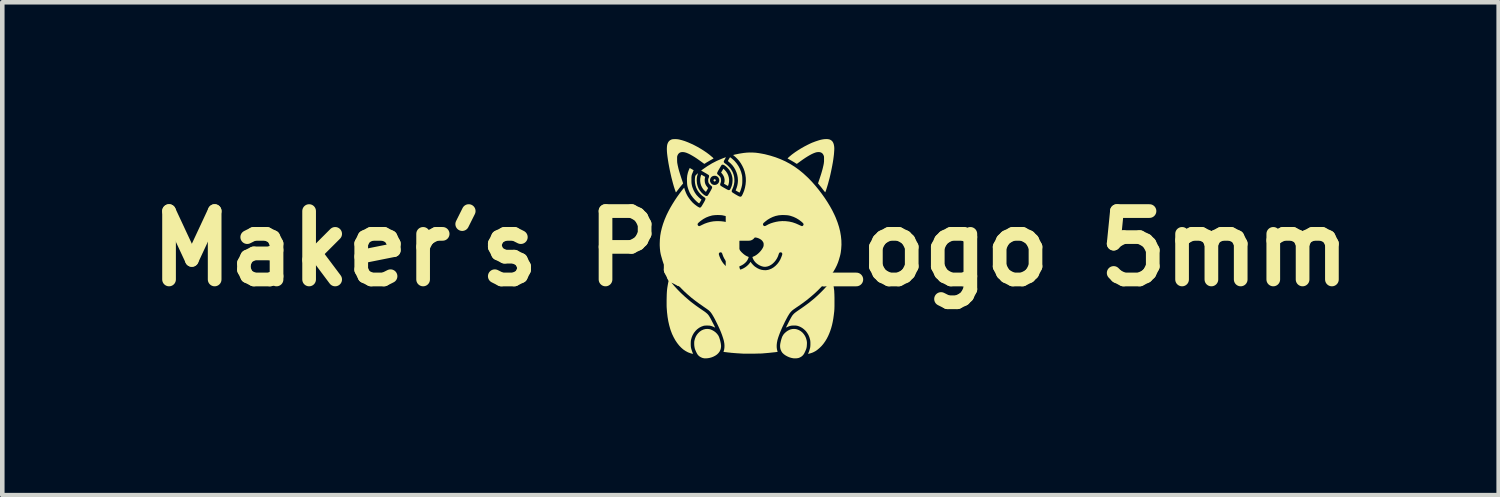
<source format=kicad_pcb>
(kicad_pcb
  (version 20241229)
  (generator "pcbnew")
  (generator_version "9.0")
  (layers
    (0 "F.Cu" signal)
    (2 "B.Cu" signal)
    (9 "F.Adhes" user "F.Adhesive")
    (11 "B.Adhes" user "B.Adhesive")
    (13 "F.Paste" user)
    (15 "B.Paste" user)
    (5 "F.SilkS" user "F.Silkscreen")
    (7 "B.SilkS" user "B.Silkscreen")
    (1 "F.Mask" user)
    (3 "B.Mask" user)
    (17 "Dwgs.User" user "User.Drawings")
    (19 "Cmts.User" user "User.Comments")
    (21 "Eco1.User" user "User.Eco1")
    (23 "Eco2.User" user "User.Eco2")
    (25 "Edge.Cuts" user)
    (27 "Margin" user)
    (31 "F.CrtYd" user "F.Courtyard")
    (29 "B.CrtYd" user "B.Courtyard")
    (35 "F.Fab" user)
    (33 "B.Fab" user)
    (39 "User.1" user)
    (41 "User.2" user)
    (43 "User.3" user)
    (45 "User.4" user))
  (footprint "Maker's Pet Logo 5mm"
    (layer "F.Cu")
    (at 13.407 2.4)
    (property "Reference" "Maker's Pet Logo 5mm" (at 0 0 0) (layer "F.SilkS") (effects (font (size 1.5 1.5) (thickness 0.3))))
    (attr board_only exclude_from_pos_files exclude_from_bom)
    (fp_poly (pts (xy -0.779 -1.519) (xy -0.768 -1.512) (xy -0.761 -1.502) (xy -0.76 -1.493) (xy -0.765 -1.483) (xy -0.767 -1.481) (xy -0.777 -1.472) (xy -0.79 -1.471) (xy -0.801 -1.475) (xy -0.804 -1.478) (xy -0.81 -1.49) (xy -0.81 -1.502) (xy -0.803 -1.513) (xy -0.802 -1.514) (xy -0.79 -1.521)) (stroke (width 0) (type solid)) (fill yes) (layer "F.SilkS"))
    (fp_poly (pts (xy -0.568 -1.726) (xy -0.536 -1.69) (xy -0.509 -1.649) (xy -0.489 -1.606) (xy -0.476 -1.561) (xy -0.469 -1.514) (xy -0.47 -1.467) (xy -0.472 -1.451) (xy -0.475 -1.435) (xy -0.479 -1.417) (xy -0.483 -1.401) (xy -0.488 -1.387) (xy -0.491 -1.377) (xy -0.494 -1.372) (xy -0.494 -1.372) (xy -0.499 -1.374) (xy -0.508 -1.379) (xy -0.522 -1.387) (xy -0.538 -1.396) (xy -0.539 -1.397) (xy -0.581 -1.421) (xy -0.575 -1.438) (xy -0.568 -1.476) (xy -0.568 -1.514) (xy -0.575 -1.552) (xy -0.589 -1.589) (xy -0.61 -1.624) (xy -0.622 -1.64) (xy -0.644 -1.666) (xy -0.619 -1.708) (xy -0.594 -1.751)) (stroke (width 0) (type solid)) (fill yes) (layer "F.SilkS"))
    (fp_poly (pts (xy -1.076 -1.618) (xy -1.066 -1.613) (xy -1.053 -1.606) (xy -1.037 -1.597) (xy -1.035 -1.595) (xy -0.992 -1.571) (xy -0.998 -1.553) (xy -1 -1.541) (xy -1.002 -1.524) (xy -1.004 -1.505) (xy -1.004 -1.498) (xy -1.001 -1.456) (xy -0.991 -1.418) (xy -0.973 -1.382) (xy -0.948 -1.349) (xy -0.946 -1.346) (xy -0.928 -1.326) (xy -0.951 -1.286) (xy -0.96 -1.27) (xy -0.968 -1.257) (xy -0.973 -1.248) (xy -0.976 -1.244) (xy -0.98 -1.245) (xy -0.988 -1.251) (xy -0.998 -1.26) (xy -1.005 -1.266) (xy -1.038 -1.303) (xy -1.064 -1.344) (xy -1.084 -1.387) (xy -1.097 -1.433) (xy -1.103 -1.481) (xy -1.102 -1.529) (xy -1.101 -1.534) (xy -1.099 -1.55) (xy -1.095 -1.567) (xy -1.091 -1.585) (xy -1.086 -1.6) (xy -1.082 -1.612) (xy -1.079 -1.619) (xy -1.079 -1.619)) (stroke (width 0) (type solid)) (fill yes) (layer "F.SilkS"))
    (fp_poly (pts (xy -0.909 1.766) (xy -0.881 1.772) (xy -0.84 1.789) (xy -0.801 1.811) (xy -0.765 1.838) (xy -0.734 1.869) (xy -0.708 1.903) (xy -0.696 1.925) (xy -0.686 1.949) (xy -0.676 1.98) (xy -0.666 2.013) (xy -0.658 2.048) (xy -0.651 2.082) (xy -0.647 2.113) (xy -0.645 2.139) (xy -0.645 2.141) (xy -0.649 2.183) (xy -0.66 2.223) (xy -0.678 2.26) (xy -0.703 2.293) (xy -0.735 2.324) (xy -0.773 2.35) (xy -0.818 2.373) (xy -0.818 2.373) (xy -0.855 2.387) (xy -0.895 2.398) (xy -0.935 2.405) (xy -0.974 2.408) (xy -1.009 2.408) (xy -1.022 2.406) (xy -1.056 2.398) (xy -1.088 2.384) (xy -1.118 2.366) (xy -1.142 2.345) (xy -1.153 2.333) (xy -1.165 2.316) (xy -1.178 2.293) (xy -1.191 2.267) (xy -1.203 2.24) (xy -1.214 2.214) (xy -1.221 2.192) (xy -1.227 2.164) (xy -1.232 2.131) (xy -1.234 2.097) (xy -1.234 2.063) (xy -1.232 2.034) (xy -1.231 2.027) (xy -1.218 1.978) (xy -1.2 1.932) (xy -1.176 1.891) (xy -1.146 1.854) (xy -1.112 1.822) (xy -1.074 1.796) (xy -1.032 1.777) (xy -1.018 1.773) (xy -0.984 1.765) (xy -0.946 1.763)) (stroke (width 0) (type solid)) (fill yes) (layer "F.SilkS"))
    (fp_poly (pts (xy 0.993 1.766) (xy 1.022 1.773) (xy 1.065 1.79) (xy 1.104 1.813) (xy 1.14 1.843) (xy 1.171 1.879) (xy 1.197 1.919) (xy 1.217 1.963) (xy 1.231 2.011) (xy 1.234 2.027) (xy 1.238 2.055) (xy 1.238 2.088) (xy 1.236 2.122) (xy 1.233 2.156) (xy 1.227 2.185) (xy 1.225 2.192) (xy 1.214 2.223) (xy 1.2 2.256) (xy 1.184 2.289) (xy 1.168 2.317) (xy 1.164 2.323) (xy 1.141 2.35) (xy 1.112 2.373) (xy 1.078 2.391) (xy 1.054 2.4) (xy 1.034 2.404) (xy 1.01 2.407) (xy 0.983 2.408) (xy 0.957 2.408) (xy 0.935 2.406) (xy 0.891 2.397) (xy 0.847 2.383) (xy 0.805 2.364) (xy 0.766 2.342) (xy 0.731 2.317) (xy 0.703 2.29) (xy 0.698 2.285) (xy 0.678 2.254) (xy 0.662 2.219) (xy 0.652 2.18) (xy 0.649 2.141) (xy 0.649 2.141) (xy 0.65 2.115) (xy 0.654 2.084) (xy 0.661 2.051) (xy 0.669 2.016) (xy 0.679 1.982) (xy 0.689 1.952) (xy 0.699 1.926) (xy 0.7 1.925) (xy 0.721 1.889) (xy 0.749 1.856) (xy 0.782 1.827) (xy 0.819 1.801) (xy 0.859 1.781) (xy 0.885 1.772) (xy 0.919 1.765) (xy 0.956 1.763)) (stroke (width 0) (type solid)) (fill yes) (layer "F.SilkS"))
    (fp_poly (pts (xy -0.442 -1.998) (xy -0.431 -1.991) (xy -0.418 -1.981) (xy -0.402 -1.968) (xy -0.385 -1.953) (xy -0.368 -1.938) (xy -0.352 -1.923) (xy -0.345 -1.915) (xy -0.301 -1.863) (xy -0.263 -1.807) (xy -0.231 -1.746) (xy -0.206 -1.681) (xy -0.188 -1.614) (xy -0.183 -1.586) (xy -0.18 -1.553) (xy -0.179 -1.516) (xy -0.179 -1.478) (xy -0.18 -1.441) (xy -0.183 -1.407) (xy -0.188 -1.379) (xy -0.188 -1.378) (xy -0.194 -1.354) (xy -0.2 -1.329) (xy -0.208 -1.304) (xy -0.215 -1.281) (xy -0.223 -1.261) (xy -0.23 -1.244) (xy -0.236 -1.233) (xy -0.241 -1.227) (xy -0.242 -1.227) (xy -0.247 -1.229) (xy -0.257 -1.234) (xy -0.27 -1.242) (xy -0.286 -1.251) (xy -0.326 -1.274) (xy -0.317 -1.295) (xy -0.301 -1.338) (xy -0.288 -1.385) (xy -0.279 -1.435) (xy -0.275 -1.483) (xy -0.275 -1.496) (xy -0.279 -1.556) (xy -0.29 -1.615) (xy -0.308 -1.672) (xy -0.332 -1.727) (xy -0.362 -1.779) (xy -0.397 -1.826) (xy -0.438 -1.869) (xy -0.464 -1.891) (xy -0.477 -1.902) (xy -0.487 -1.911) (xy -0.494 -1.917) (xy -0.495 -1.919) (xy -0.493 -1.924) (xy -0.489 -1.934) (xy -0.481 -1.947) (xy -0.473 -1.961) (xy -0.465 -1.975) (xy -0.457 -1.988) (xy -0.451 -1.997) (xy -0.448 -2.001) (xy -0.448 -2.001)) (stroke (width 0) (type solid)) (fill yes) (layer "F.SilkS"))
    (fp_poly (pts (xy -1.327 -1.763) (xy -1.318 -1.758) (xy -1.305 -1.751) (xy -1.289 -1.742) (xy -1.288 -1.741) (xy -1.247 -1.718) (xy -1.261 -1.683) (xy -1.267 -1.667) (xy -1.273 -1.654) (xy -1.277 -1.644) (xy -1.278 -1.641) (xy -1.284 -1.627) (xy -1.288 -1.613) (xy -1.291 -1.599) (xy -1.293 -1.583) (xy -1.295 -1.564) (xy -1.295 -1.54) (xy -1.295 -1.514) (xy -1.295 -1.478) (xy -1.294 -1.449) (xy -1.292 -1.424) (xy -1.288 -1.401) (xy -1.283 -1.378) (xy -1.277 -1.354) (xy -1.271 -1.337) (xy -1.248 -1.279) (xy -1.219 -1.225) (xy -1.184 -1.175) (xy -1.142 -1.13) (xy -1.105 -1.097) (xy -1.074 -1.073) (xy -1.098 -1.032) (xy -1.107 -1.016) (xy -1.116 -1.003) (xy -1.122 -0.994) (xy -1.126 -0.991) (xy -1.126 -0.991) (xy -1.131 -0.993) (xy -1.14 -0.999) (xy -1.152 -1.007) (xy -1.162 -1.016) (xy -1.177 -1.028) (xy -1.193 -1.044) (xy -1.211 -1.061) (xy -1.219 -1.069) (xy -1.264 -1.12) (xy -1.303 -1.173) (xy -1.335 -1.23) (xy -1.36 -1.291) (xy -1.36 -1.291) (xy -1.368 -1.316) (xy -1.376 -1.342) (xy -1.382 -1.366) (xy -1.386 -1.387) (xy -1.388 -1.403) (xy -1.388 -1.403) (xy -1.389 -1.413) (xy -1.39 -1.427) (xy -1.391 -1.446) (xy -1.392 -1.467) (xy -1.392 -1.47) (xy -1.393 -1.535) (xy -1.387 -1.599) (xy -1.373 -1.662) (xy -1.363 -1.692) (xy -1.357 -1.709) (xy -1.35 -1.726) (xy -1.343 -1.742) (xy -1.338 -1.755) (xy -1.333 -1.763) (xy -1.331 -1.765)) (stroke (width 0) (type solid)) (fill yes) (layer "F.SilkS"))
    (fp_poly (pts (xy -1.623 -2.399) (xy -1.592 -2.396) (xy -1.563 -2.391) (xy -1.561 -2.39) (xy -1.501 -2.375) (xy -1.437 -2.355) (xy -1.37 -2.329) (xy -1.302 -2.299) (xy -1.232 -2.266) (xy -1.162 -2.229) (xy -1.093 -2.189) (xy -1.026 -2.147) (xy -0.961 -2.103) (xy -0.901 -2.058) (xy -0.848 -2.013) (xy -0.833 -2.001) (xy -0.822 -1.99) (xy -0.813 -1.981) (xy -0.81 -1.977) (xy -0.81 -1.977) (xy -0.813 -1.974) (xy -0.822 -1.968) (xy -0.835 -1.961) (xy -0.844 -1.955) (xy -0.869 -1.942) (xy -0.896 -1.926) (xy -0.923 -1.91) (xy -0.949 -1.895) (xy -0.971 -1.882) (xy -0.988 -1.871) (xy -0.988 -1.87) (xy -1.001 -1.863) (xy -1.011 -1.858) (xy -1.015 -1.858) (xy -1.02 -1.861) (xy -1.03 -1.869) (xy -1.043 -1.879) (xy -1.06 -1.89) (xy -1.066 -1.895) (xy -1.123 -1.936) (xy -1.177 -1.974) (xy -1.229 -2.008) (xy -1.278 -2.037) (xy -1.324 -2.063) (xy -1.365 -2.083) (xy -1.401 -2.098) (xy -1.415 -2.103) (xy -1.454 -2.113) (xy -1.49 -2.116) (xy -1.521 -2.113) (xy -1.548 -2.104) (xy -1.571 -2.087) (xy -1.589 -2.065) (xy -1.6 -2.042) (xy -1.604 -2.032) (xy -1.606 -2.024) (xy -1.608 -2.014) (xy -1.609 -2.001) (xy -1.609 -1.984) (xy -1.609 -1.961) (xy -1.609 -1.954) (xy -1.609 -1.927) (xy -1.608 -1.906) (xy -1.607 -1.887) (xy -1.604 -1.868) (xy -1.6 -1.847) (xy -1.597 -1.83) (xy -1.588 -1.79) (xy -1.579 -1.751) (xy -1.568 -1.71) (xy -1.555 -1.667) (xy -1.54 -1.619) (xy -1.523 -1.566) (xy -1.515 -1.541) (xy -1.477 -1.428) (xy -1.517 -1.38) (xy -1.535 -1.358) (xy -1.555 -1.333) (xy -1.574 -1.308) (xy -1.591 -1.286) (xy -1.593 -1.284) (xy -1.608 -1.264) (xy -1.619 -1.249) (xy -1.627 -1.24) (xy -1.631 -1.234) (xy -1.635 -1.232) (xy -1.636 -1.233) (xy -1.638 -1.236) (xy -1.639 -1.239) (xy -1.658 -1.293) (xy -1.678 -1.354) (xy -1.697 -1.42) (xy -1.716 -1.491) (xy -1.735 -1.565) (xy -1.752 -1.641) (xy -1.769 -1.718) (xy -1.784 -1.795) (xy -1.798 -1.871) (xy -1.81 -1.945) (xy -1.82 -2.014) (xy -1.828 -2.079) (xy -1.832 -2.129) (xy -1.834 -2.183) (xy -1.832 -2.23) (xy -1.827 -2.271) (xy -1.816 -2.306) (xy -1.802 -2.335) (xy -1.783 -2.359) (xy -1.76 -2.377) (xy -1.731 -2.391) (xy -1.726 -2.393) (xy -1.707 -2.397) (xy -1.682 -2.399) (xy -1.653 -2.4)) (stroke (width 0) (type solid)) (fill yes) (layer "F.SilkS"))
    (fp_poly (pts (xy -1.782 0.687) (xy -1.775 0.695) (xy -1.765 0.708) (xy -1.753 0.723) (xy -1.746 0.732) (xy -1.678 0.814) (xy -1.603 0.896) (xy -1.523 0.977) (xy -1.438 1.056) (xy -1.35 1.132) (xy -1.309 1.166) (xy -1.274 1.193) (xy -1.238 1.22) (xy -1.201 1.248) (xy -1.16 1.277) (xy -1.116 1.308) (xy -1.065 1.343) (xy -1.055 1.35) (xy -1.022 1.372) (xy -0.995 1.391) (xy -0.974 1.408) (xy -0.956 1.423) (xy -0.94 1.438) (xy -0.927 1.453) (xy -0.915 1.469) (xy -0.903 1.487) (xy -0.893 1.504) (xy -0.886 1.516) (xy -0.876 1.533) (xy -0.865 1.554) (xy -0.853 1.577) (xy -0.841 1.601) (xy -0.828 1.626) (xy -0.815 1.65) (xy -0.804 1.673) (xy -0.793 1.694) (xy -0.785 1.711) (xy -0.779 1.724) (xy -0.776 1.731) (xy -0.776 1.733) (xy -0.78 1.732) (xy -0.789 1.728) (xy -0.802 1.722) (xy -0.81 1.718) (xy -0.836 1.707) (xy -0.859 1.699) (xy -0.881 1.693) (xy -0.905 1.69) (xy -0.933 1.689) (xy -0.949 1.689) (xy -0.974 1.689) (xy -0.993 1.69) (xy -1.008 1.691) (xy -1.023 1.694) (xy -1.035 1.697) (xy -1.083 1.715) (xy -1.129 1.74) (xy -1.17 1.771) (xy -1.207 1.808) (xy -1.24 1.85) (xy -1.267 1.896) (xy -1.288 1.946) (xy -1.303 1.999) (xy -1.307 2.02) (xy -1.309 2.047) (xy -1.31 2.076) (xy -1.31 2.106) (xy -1.309 2.134) (xy -1.307 2.158) (xy -1.306 2.166) (xy -1.299 2.197) (xy -1.289 2.229) (xy -1.279 2.26) (xy -1.27 2.282) (xy -1.258 2.308) (xy -1.269 2.307) (xy -1.278 2.306) (xy -1.291 2.303) (xy -1.307 2.299) (xy -1.313 2.297) (xy -1.368 2.277) (xy -1.421 2.249) (xy -1.472 2.215) (xy -1.52 2.173) (xy -1.566 2.125) (xy -1.609 2.07) (xy -1.649 2.01) (xy -1.686 1.943) (xy -1.72 1.872) (xy -1.749 1.795) (xy -1.759 1.765) (xy -1.782 1.683) (xy -1.802 1.595) (xy -1.818 1.5) (xy -1.83 1.398) (xy -1.836 1.316) (xy -1.838 1.287) (xy -1.839 1.253) (xy -1.839 1.214) (xy -1.839 1.173) (xy -1.839 1.129) (xy -1.838 1.086) (xy -1.837 1.043) (xy -1.836 1.003) (xy -1.834 0.967) (xy -1.832 0.936) (xy -1.83 0.912) (xy -1.827 0.884) (xy -1.823 0.855) (xy -1.818 0.825) (xy -1.813 0.796) (xy -1.808 0.768) (xy -1.803 0.742) (xy -1.798 0.72) (xy -1.793 0.702) (xy -1.789 0.69) (xy -1.786 0.685) (xy -1.785 0.684)) (stroke (width 0) (type solid)) (fill yes) (layer "F.SilkS"))
    (fp_poly (pts (xy 1.684 -2.4) (xy 1.709 -2.397) (xy 1.729 -2.393) (xy 1.73 -2.393) (xy 1.759 -2.38) (xy 1.783 -2.363) (xy 1.802 -2.341) (xy 1.817 -2.313) (xy 1.828 -2.279) (xy 1.835 -2.239) (xy 1.836 -2.231) (xy 1.838 -2.198) (xy 1.837 -2.158) (xy 1.834 -2.113) (xy 1.83 -2.062) (xy 1.823 -2.006) (xy 1.815 -1.946) (xy 1.805 -1.884) (xy 1.793 -1.818) (xy 1.78 -1.752) (xy 1.766 -1.684) (xy 1.751 -1.616) (xy 1.735 -1.548) (xy 1.717 -1.482) (xy 1.7 -1.417) (xy 1.681 -1.355) (xy 1.663 -1.297) (xy 1.656 -1.277) (xy 1.65 -1.259) (xy 1.644 -1.245) (xy 1.641 -1.236) (xy 1.64 -1.234) (xy 1.637 -1.236) (xy 1.63 -1.243) (xy 1.62 -1.255) (xy 1.608 -1.27) (xy 1.599 -1.281) (xy 1.582 -1.303) (xy 1.562 -1.329) (xy 1.542 -1.355) (xy 1.523 -1.377) (xy 1.521 -1.38) (xy 1.481 -1.428) (xy 1.519 -1.541) (xy 1.537 -1.596) (xy 1.553 -1.646) (xy 1.566 -1.691) (xy 1.578 -1.733) (xy 1.588 -1.773) (xy 1.597 -1.812) (xy 1.601 -1.83) (xy 1.606 -1.854) (xy 1.609 -1.875) (xy 1.611 -1.893) (xy 1.613 -1.912) (xy 1.613 -1.935) (xy 1.613 -1.954) (xy 1.613 -1.979) (xy 1.613 -1.997) (xy 1.612 -2.011) (xy 1.611 -2.021) (xy 1.609 -2.03) (xy 1.605 -2.039) (xy 1.604 -2.042) (xy 1.59 -2.07) (xy 1.571 -2.091) (xy 1.547 -2.106) (xy 1.519 -2.114) (xy 1.487 -2.116) (xy 1.451 -2.112) (xy 1.419 -2.103) (xy 1.385 -2.09) (xy 1.345 -2.072) (xy 1.302 -2.049) (xy 1.254 -2.021) (xy 1.203 -1.989) (xy 1.15 -1.953) (xy 1.094 -1.913) (xy 1.07 -1.895) (xy 1.053 -1.883) (xy 1.039 -1.872) (xy 1.027 -1.864) (xy 1.02 -1.859) (xy 1.019 -1.858) (xy 1.013 -1.859) (xy 1.003 -1.863) (xy 0.992 -1.87) (xy 0.975 -1.881) (xy 0.953 -1.895) (xy 0.927 -1.91) (xy 0.9 -1.926) (xy 0.873 -1.941) (xy 0.848 -1.955) (xy 0.848 -1.955) (xy 0.834 -1.963) (xy 0.822 -1.97) (xy 0.815 -1.975) (xy 0.814 -1.977) (xy 0.817 -1.981) (xy 0.825 -1.989) (xy 0.837 -2) (xy 0.852 -2.014) (xy 0.869 -2.028) (xy 0.888 -2.044) (xy 0.906 -2.059) (xy 0.924 -2.073) (xy 0.927 -2.075) (xy 0.982 -2.115) (xy 1.044 -2.156) (xy 1.109 -2.196) (xy 1.177 -2.235) (xy 1.246 -2.271) (xy 1.314 -2.304) (xy 1.354 -2.322) (xy 1.384 -2.333) (xy 1.417 -2.346) (xy 1.453 -2.358) (xy 1.489 -2.37) (xy 1.522 -2.38) (xy 1.552 -2.387) (xy 1.565 -2.39) (xy 1.594 -2.395) (xy 1.624 -2.399) (xy 1.655 -2.4)) (stroke (width 0) (type solid)) (fill yes) (layer "F.SilkS"))
    (fp_poly (pts (xy 1.792 0.688) (xy 1.796 0.698) (xy 1.8 0.714) (xy 1.805 0.735) (xy 1.81 0.76) (xy 1.816 0.788) (xy 1.821 0.818) (xy 1.826 0.848) (xy 1.83 0.879) (xy 1.834 0.908) (xy 1.835 0.916) (xy 1.837 0.939) (xy 1.838 0.969) (xy 1.84 1.003) (xy 1.841 1.043) (xy 1.842 1.085) (xy 1.842 1.128) (xy 1.842 1.173) (xy 1.842 1.216) (xy 1.842 1.258) (xy 1.841 1.296) (xy 1.84 1.33) (xy 1.838 1.358) (xy 1.837 1.374) (xy 1.827 1.459) (xy 1.816 1.538) (xy 1.803 1.61) (xy 1.788 1.678) (xy 1.77 1.743) (xy 1.75 1.804) (xy 1.727 1.864) (xy 1.706 1.912) (xy 1.675 1.974) (xy 1.64 2.032) (xy 1.601 2.087) (xy 1.559 2.137) (xy 1.514 2.181) (xy 1.468 2.22) (xy 1.421 2.252) (xy 1.383 2.272) (xy 1.365 2.28) (xy 1.344 2.288) (xy 1.322 2.295) (xy 1.302 2.301) (xy 1.285 2.306) (xy 1.273 2.308) (xy 1.271 2.308) (xy 1.262 2.308) (xy 1.274 2.282) (xy 1.285 2.255) (xy 1.295 2.223) (xy 1.304 2.191) (xy 1.31 2.166) (xy 1.312 2.145) (xy 1.314 2.118) (xy 1.314 2.089) (xy 1.314 2.059) (xy 1.312 2.031) (xy 1.309 2.007) (xy 1.307 1.999) (xy 1.292 1.946) (xy 1.271 1.895) (xy 1.243 1.849) (xy 1.211 1.807) (xy 1.173 1.771) (xy 1.132 1.74) (xy 1.087 1.715) (xy 1.039 1.697) (xy 1.024 1.694) (xy 1.01 1.691) (xy 0.994 1.689) (xy 0.974 1.689) (xy 0.953 1.689) (xy 0.923 1.689) (xy 0.897 1.691) (xy 0.874 1.696) (xy 0.852 1.702) (xy 0.828 1.712) (xy 0.814 1.718) (xy 0.8 1.725) (xy 0.788 1.73) (xy 0.781 1.732) (xy 0.78 1.733) (xy 0.781 1.729) (xy 0.785 1.719) (xy 0.792 1.704) (xy 0.802 1.685) (xy 0.813 1.663) (xy 0.825 1.64) (xy 0.837 1.615) (xy 0.85 1.59) (xy 0.863 1.566) (xy 0.874 1.544) (xy 0.885 1.525) (xy 0.893 1.51) (xy 0.897 1.504) (xy 0.909 1.483) (xy 0.921 1.465) (xy 0.934 1.45) (xy 0.947 1.435) (xy 0.963 1.42) (xy 0.981 1.405) (xy 1.004 1.388) (xy 1.032 1.368) (xy 1.058 1.35) (xy 1.118 1.309) (xy 1.172 1.271) (xy 1.222 1.235) (xy 1.268 1.201) (xy 1.312 1.166) (xy 1.355 1.131) (xy 1.399 1.095) (xy 1.426 1.071) (xy 1.485 1.017) (xy 1.545 0.959) (xy 1.604 0.899) (xy 1.661 0.837) (xy 1.713 0.777) (xy 1.749 0.732) (xy 1.762 0.715) (xy 1.774 0.702) (xy 1.783 0.691) (xy 1.788 0.685) (xy 1.789 0.684)) (stroke (width 0) (type solid)) (fill yes) (layer "F.SilkS"))
    (fp_poly (pts (xy 0.049 -2.105) (xy 0.116 -2.101) (xy 0.185 -2.092) (xy 0.258 -2.079) (xy 0.315 -2.068) (xy 0.435 -2.037) (xy 0.55 -2.001) (xy 0.66 -1.959) (xy 0.766 -1.911) (xy 0.869 -1.856) (xy 0.968 -1.794) (xy 1.064 -1.725) (xy 1.157 -1.649) (xy 1.248 -1.565) (xy 1.272 -1.542) (xy 1.348 -1.463) (xy 1.422 -1.379) (xy 1.494 -1.291) (xy 1.563 -1.201) (xy 1.629 -1.108) (xy 1.69 -1.015) (xy 1.747 -0.921) (xy 1.798 -0.828) (xy 1.843 -0.736) (xy 1.868 -0.68) (xy 1.908 -0.577) (xy 1.941 -0.475) (xy 1.966 -0.375) (xy 1.983 -0.276) (xy 1.993 -0.179) (xy 1.995 -0.083) (xy 1.989 0.011) (xy 1.98 0.084) (xy 1.976 0.105) (xy 1.973 0.123) (xy 1.969 0.139) (xy 1.965 0.156) (xy 1.96 0.175) (xy 1.953 0.198) (xy 1.945 0.226) (xy 1.941 0.241) (xy 1.919 0.307) (xy 1.892 0.372) (xy 1.86 0.436) (xy 1.823 0.5) (xy 1.78 0.566) (xy 1.747 0.611) (xy 1.682 0.694) (xy 1.615 0.774) (xy 1.545 0.85) (xy 1.472 0.924) (xy 1.396 0.995) (xy 1.314 1.065) (xy 1.228 1.135) (xy 1.135 1.204) (xy 1.035 1.274) (xy 1.009 1.291) (xy 0.975 1.315) (xy 0.946 1.335) (xy 0.921 1.354) (xy 0.901 1.373) (xy 0.883 1.391) (xy 0.867 1.411) (xy 0.851 1.433) (xy 0.836 1.458) (xy 0.818 1.487) (xy 0.787 1.545) (xy 0.756 1.604) (xy 0.727 1.665) (xy 0.698 1.725) (xy 0.672 1.785) (xy 0.648 1.843) (xy 0.627 1.898) (xy 0.609 1.949) (xy 0.595 1.995) (xy 0.59 2.015) (xy 0.58 2.066) (xy 0.575 2.116) (xy 0.575 2.164) (xy 0.58 2.208) (xy 0.59 2.248) (xy 0.595 2.261) (xy 0.595 2.263) (xy 0.592 2.265) (xy 0.586 2.267) (xy 0.575 2.269) (xy 0.558 2.271) (xy 0.535 2.274) (xy 0.524 2.275) (xy 0.402 2.288) (xy 0.275 2.299) (xy 0.265 2.3) (xy 0.25 2.301) (xy 0.228 2.302) (xy 0.2 2.302) (xy 0.169 2.303) (xy 0.133 2.304) (xy 0.096 2.305) (xy 0.057 2.305) (xy 0.019 2.306) (xy -0.019 2.306) (xy -0.055 2.306) (xy -0.087 2.306) (xy -0.115 2.306) (xy -0.138 2.306) (xy -0.155 2.306) (xy -0.159 2.305) (xy -0.21 2.302) (xy -0.255 2.299) (xy -0.294 2.297) (xy -0.328 2.294) (xy -0.36 2.292) (xy -0.39 2.289) (xy -0.419 2.287) (xy -0.449 2.283) (xy -0.481 2.28) (xy -0.516 2.276) (xy -0.52 2.275) (xy -0.546 2.272) (xy -0.565 2.27) (xy -0.578 2.268) (xy -0.586 2.266) (xy -0.591 2.264) (xy -0.592 2.262) (xy -0.591 2.261) (xy -0.579 2.223) (xy -0.572 2.18) (xy -0.57 2.134) (xy -0.573 2.085) (xy -0.582 2.033) (xy -0.586 2.015) (xy -0.602 1.961) (xy -0.622 1.901) (xy -0.647 1.835) (xy -0.677 1.764) (xy -0.712 1.688) (xy -0.752 1.606) (xy -0.761 1.588) (xy -0.785 1.541) (xy -0.807 1.501) (xy -0.827 1.467) (xy -0.845 1.437) (xy -0.862 1.413) (xy -0.878 1.392) (xy -0.895 1.374) (xy -0.911 1.359) (xy -0.915 1.355) (xy -0.925 1.348) (xy -0.94 1.337) (xy -0.959 1.323) (xy -0.981 1.308) (xy -1.004 1.292) (xy -1.02 1.281) (xy -1.118 1.213) (xy -1.209 1.146) (xy -1.295 1.079) (xy -1.374 1.011) (xy -1.45 0.942) (xy -1.521 0.871) (xy -1.59 0.798) (xy -1.653 0.725) (xy -1.678 0.695) (xy -1.704 0.662) (xy -1.73 0.628) (xy -1.755 0.595) (xy -1.778 0.563) (xy -1.798 0.534) (xy -1.814 0.51) (xy -1.816 0.507) (xy -1.84 0.466) (xy -1.863 0.423) (xy -1.884 0.38) (xy -1.903 0.337) (xy -1.919 0.296) (xy -1.931 0.259) (xy -1.934 0.247) (xy -1.94 0.227) (xy -1.946 0.204) (xy -1.953 0.183) (xy -1.954 0.179) (xy -1.968 0.126) (xy -1.969 0.122) (xy -0.694 0.122) (xy -0.692 0.132) (xy -0.688 0.145) (xy -0.683 0.163) (xy -0.66 0.219) (xy -0.633 0.271) (xy -0.601 0.319) (xy -0.565 0.361) (xy -0.525 0.397) (xy -0.481 0.427) (xy -0.435 0.451) (xy -0.387 0.467) (xy -0.375 0.47) (xy -0.351 0.473) (xy -0.322 0.475) (xy -0.293 0.475) (xy -0.265 0.472) (xy -0.252 0.47) (xy -0.206 0.457) (xy -0.161 0.438) (xy -0.118 0.413) (xy -0.079 0.384) (xy -0.044 0.351) (xy -0.015 0.316) (xy -0.013 0.313) (xy -0.006 0.302) (xy -0.000381 0.294) (xy 0.002 0.291) (xy 0.004 0.294) (xy 0.01 0.302) (xy 0.017 0.313) (xy 0.033 0.333) (xy 0.053 0.355) (xy 0.075 0.377) (xy 0.097 0.396) (xy 0.103 0.4) (xy 0.148 0.429) (xy 0.195 0.452) (xy 0.243 0.467) (xy 0.292 0.474) (xy 0.339 0.475) (xy 0.386 0.468) (xy 0.413 0.46) (xy 0.462 0.44) (xy 0.508 0.412) (xy 0.55 0.378) (xy 0.589 0.338) (xy 0.624 0.292) (xy 0.654 0.241) (xy 0.678 0.185) (xy 0.686 0.163) (xy 0.693 0.144) (xy 0.696 0.131) (xy 0.698 0.121) (xy 0.697 0.114) (xy 0.696 0.108) (xy 0.688 0.093) (xy 0.675 0.085) (xy 0.659 0.083) (xy 0.645 0.085) (xy 0.633 0.094) (xy 0.624 0.11) (xy 0.619 0.124) (xy 0.603 0.171) (xy 0.581 0.216) (xy 0.555 0.257) (xy 0.525 0.294) (xy 0.492 0.327) (xy 0.457 0.354) (xy 0.419 0.376) (xy 0.381 0.391) (xy 0.342 0.399) (xy 0.319 0.401) (xy 0.282 0.398) (xy 0.244 0.388) (xy 0.205 0.372) (xy 0.168 0.351) (xy 0.134 0.326) (xy 0.103 0.297) (xy 0.079 0.266) (xy 0.077 0.263) (xy 0.068 0.248) (xy 0.059 0.231) (xy 0.051 0.214) (xy 0.046 0.199) (xy 0.043 0.189) (xy 0.043 0.188) (xy 0.047 0.184) (xy 0.056 0.179) (xy 0.068 0.174) (xy 0.069 0.174) (xy 0.1 0.159) (xy 0.132 0.139) (xy 0.165 0.113) (xy 0.196 0.084) (xy 0.225 0.052) (xy 0.25 0.019) (xy 0.27 -0.014) (xy 0.279 -0.033) (xy 0.285 -0.05) (xy 0.288 -0.066) (xy 0.289 -0.087) (xy 0.289 -0.088) (xy 0.288 -0.105) (xy 0.287 -0.118) (xy 0.283 -0.129) (xy 0.277 -0.142) (xy 0.275 -0.145) (xy 0.259 -0.169) (xy 0.239 -0.189) (xy 0.212 -0.207) (xy 0.195 -0.216) (xy 0.176 -0.225) (xy 0.159 -0.231) (xy 0.141 -0.237) (xy 0.122 -0.24) (xy 0.1 -0.243) (xy 0.075 -0.245) (xy 0.044 -0.245) (xy 0.007 -0.246) (xy 0.002 -0.246) (xy -0.036 -0.245) (xy -0.067 -0.245) (xy -0.094 -0.243) (xy -0.116 -0.241) (xy -0.135 -0.237) (xy -0.153 -0.232) (xy -0.17 -0.226) (xy -0.188 -0.217) (xy -0.191 -0.216) (xy -0.221 -0.199) (xy -0.245 -0.181) (xy -0.263 -0.159) (xy -0.271 -0.145) (xy -0.278 -0.131) (xy -0.282 -0.12) (xy -0.284 -0.108) (xy -0.285 -0.092) (xy -0.285 -0.088) (xy -0.284 -0.068) (xy -0.281 -0.051) (xy -0.275 -0.035) (xy -0.275 -0.033) (xy -0.257 0.002) (xy -0.232 0.038) (xy -0.201 0.075) (xy -0.189 0.087) (xy -0.154 0.119) (xy -0.12 0.145) (xy -0.086 0.165) (xy -0.065 0.174) (xy -0.052 0.179) (xy -0.043 0.184) (xy -0.039 0.187) (xy -0.039 0.188) (xy -0.041 0.194) (xy -0.044 0.204) (xy -0.048 0.215) (xy -0.065 0.251) (xy -0.088 0.285) (xy -0.117 0.315) (xy -0.15 0.342) (xy -0.185 0.364) (xy -0.223 0.382) (xy -0.262 0.393) (xy -0.302 0.399) (xy -0.34 0.398) (xy -0.357 0.396) (xy -0.399 0.383) (xy -0.439 0.363) (xy -0.477 0.337) (xy -0.512 0.304) (xy -0.544 0.267) (xy -0.572 0.225) (xy -0.595 0.179) (xy -0.614 0.13) (xy -0.615 0.124) (xy -0.623 0.104) (xy -0.633 0.09) (xy -0.645 0.084) (xy -0.655 0.083) (xy -0.673 0.086) (xy -0.685 0.095) (xy -0.692 0.108) (xy -0.694 0.115) (xy -0.694 0.122) (xy -1.969 0.122) (xy -1.979 0.068) (xy -1.986 0.003) (xy -1.99 -0.066) (xy -1.99 -0.108) (xy -1.987 -0.195) (xy -1.979 -0.281) (xy -1.964 -0.367) (xy -1.943 -0.454) (xy -1.921 -0.527) (xy -1.16 -0.527) (xy -1.156 -0.514) (xy -1.148 -0.502) (xy -1.136 -0.494) (xy -1.125 -0.491) (xy -1.117 -0.493) (xy -1.104 -0.498) (xy -1.086 -0.506) (xy -1.067 -0.516) (xy -1.065 -0.517) (xy -1.003 -0.546) (xy -0.941 -0.568) (xy -0.878 -0.585) (xy -0.815 -0.596) (xy -0.759 -0.6) (xy -0.7 -0.601) (xy -0.64 -0.598) (xy -0.582 -0.591) (xy -0.537 -0.582) (xy -0.5 -0.572) (xy -0.461 -0.559) (xy -0.422 -0.544) (xy -0.385 -0.528) (xy -0.353 -0.511) (xy -0.342 -0.505) (xy -0.323 -0.496) (xy -0.308 -0.492) (xy -0.295 -0.494) (xy -0.283 -0.502) (xy -0.274 -0.512) (xy -0.271 -0.523) (xy -0.27 -0.527) (xy 0.274 -0.527) (xy 0.276 -0.516) (xy 0.283 -0.506) (xy 0.287 -0.502) (xy 0.299 -0.494) (xy 0.312 -0.492) (xy 0.327 -0.496) (xy 0.346 -0.505) (xy 0.392 -0.53) (xy 0.443 -0.552) (xy 0.499 -0.57) (xy 0.558 -0.585) (xy 0.616 -0.595) (xy 0.619 -0.596) (xy 0.697 -0.602) (xy 0.773 -0.6) (xy 0.849 -0.591) (xy 0.924 -0.574) (xy 0.996 -0.549) (xy 1.061 -0.52) (xy 1.082 -0.51) (xy 1.1 -0.502) (xy 1.115 -0.496) (xy 1.126 -0.492) (xy 1.13 -0.491) (xy 1.142 -0.495) (xy 1.153 -0.504) (xy 1.161 -0.516) (xy 1.164 -0.527) (xy 1.163 -0.537) (xy 1.16 -0.545) (xy 1.154 -0.554) (xy 1.145 -0.564) (xy 1.13 -0.578) (xy 1.121 -0.586) (xy 1.065 -0.629) (xy 1.006 -0.665) (xy 0.945 -0.694) (xy 0.88 -0.716) (xy 0.848 -0.724) (xy 0.819 -0.729) (xy 0.784 -0.732) (xy 0.745 -0.734) (xy 0.706 -0.735) (xy 0.668 -0.733) (xy 0.633 -0.73) (xy 0.614 -0.728) (xy 0.55 -0.714) (xy 0.49 -0.693) (xy 0.433 -0.666) (xy 0.376 -0.632) (xy 0.321 -0.59) (xy 0.32 -0.588) (xy 0.302 -0.573) (xy 0.289 -0.562) (xy 0.281 -0.552) (xy 0.277 -0.544) (xy 0.275 -0.535) (xy 0.274 -0.527) (xy -0.27 -0.527) (xy -0.271 -0.537) (xy -0.274 -0.546) (xy -0.279 -0.554) (xy -0.288 -0.564) (xy -0.302 -0.577) (xy -0.316 -0.588) (xy -0.371 -0.63) (xy -0.427 -0.665) (xy -0.484 -0.692) (xy -0.545 -0.713) (xy -0.608 -0.727) (xy -0.61 -0.728) (xy -0.642 -0.732) (xy -0.678 -0.734) (xy -0.717 -0.735) (xy -0.756 -0.734) (xy -0.794 -0.731) (xy -0.827 -0.727) (xy -0.844 -0.724) (xy -0.911 -0.705) (xy -0.974 -0.68) (xy -1.034 -0.647) (xy -1.091 -0.607) (xy -1.117 -0.586) (xy -1.134 -0.571) (xy -1.146 -0.559) (xy -1.154 -0.55) (xy -1.158 -0.541) (xy -1.159 -0.532) (xy -1.16 -0.527) (xy -1.921 -0.527) (xy -1.916 -0.543) (xy -1.883 -0.634) (xy -1.843 -0.728) (xy -1.837 -0.741) (xy -1.801 -0.814) (xy -1.76 -0.891) (xy -1.713 -0.971) (xy -1.663 -1.051) (xy -1.609 -1.132) (xy -1.552 -1.211) (xy -1.493 -1.289) (xy -1.485 -1.298) (xy -1.471 -1.315) (xy -1.462 -1.326) (xy -1.455 -1.331) (xy -1.452 -1.332) (xy -1.451 -1.327) (xy -1.451 -1.326) (xy -1.449 -1.318) (xy -1.445 -1.304) (xy -1.439 -1.285) (xy -1.432 -1.265) (xy -1.423 -1.243) (xy -1.415 -1.222) (xy -1.406 -1.203) (xy -1.404 -1.197) (xy -1.377 -1.147) (xy -1.344 -1.098) (xy -1.308 -1.051) (xy -1.269 -1.008) (xy -1.237 -0.979) (xy -1.217 -0.962) (xy -1.195 -0.946) (xy -1.174 -0.93) (xy -1.154 -0.917) (xy -1.136 -0.907) (xy -1.123 -0.9) (xy -1.116 -0.898) (xy -1.108 -0.897) (xy -1.1 -0.899) (xy -1.093 -0.903) (xy -1.085 -0.91) (xy -1.076 -0.921) (xy -1.065 -0.938) (xy -1.052 -0.959) (xy -1.036 -0.987) (xy -1.033 -0.991) (xy -1.016 -1.021) (xy -1.003 -1.045) (xy -0.994 -1.064) (xy -0.989 -1.079) (xy -0.987 -1.091) (xy -0.989 -1.101) (xy -0.995 -1.11) (xy -1.004 -1.118) (xy -1.017 -1.128) (xy -1.025 -1.133) (xy -1.063 -1.161) (xy -1.099 -1.195) (xy -1.131 -1.233) (xy -1.158 -1.272) (xy -1.164 -1.282) (xy -1.188 -1.33) (xy -1.205 -1.382) (xy -1.216 -1.437) (xy -1.22 -1.493) (xy -1.218 -1.539) (xy -1.215 -1.562) (xy -1.213 -1.579) (xy -1.209 -1.592) (xy -1.203 -1.603) (xy -1.195 -1.613) (xy -1.183 -1.624) (xy -1.18 -1.627) (xy -1.168 -1.637) (xy -1.158 -1.646) (xy -1.152 -1.65) (xy -1.15 -1.651) (xy -1.151 -1.648) (xy -1.153 -1.639) (xy -1.158 -1.627) (xy -1.158 -1.626) (xy -1.17 -1.587) (xy -1.177 -1.545) (xy -1.179 -1.499) (xy -1.178 -1.48) (xy -1.173 -1.424) (xy -1.16 -1.371) (xy -1.141 -1.323) (xy -1.114 -1.277) (xy -1.08 -1.234) (xy -1.064 -1.217) (xy -1.035 -1.19) (xy -1.009 -1.17) (xy -0.986 -1.157) (xy -0.966 -1.152) (xy -0.95 -1.153) (xy -0.942 -1.157) (xy -0.938 -1.162) (xy -0.93 -1.173) (xy -0.92 -1.188) (xy -0.908 -1.208) (xy -0.895 -1.23) (xy -0.887 -1.243) (xy -0.872 -1.27) (xy -0.861 -1.29) (xy -0.853 -1.306) (xy -0.847 -1.318) (xy -0.843 -1.327) (xy -0.842 -1.335) (xy -0.841 -1.34) (xy -0.842 -1.353) (xy -0.847 -1.361) (xy -0.853 -1.368) (xy -0.877 -1.388) (xy -0.895 -1.406) (xy -0.908 -1.423) (xy -0.917 -1.438) (xy -0.923 -1.455) (xy -0.926 -1.474) (xy -0.927 -1.488) (xy -0.927 -1.501) (xy -0.888 -1.501) (xy -0.886 -1.474) (xy -0.882 -1.462) (xy -0.87 -1.438) (xy -0.853 -1.418) (xy -0.831 -1.404) (xy -0.807 -1.396) (xy -0.781 -1.394) (xy -0.754 -1.399) (xy -0.739 -1.406) (xy -0.717 -1.421) (xy -0.7 -1.441) (xy -0.69 -1.464) (xy -0.685 -1.489) (xy -0.686 -1.514) (xy -0.694 -1.539) (xy -0.708 -1.562) (xy -0.727 -1.579) (xy -0.75 -1.59) (xy -0.775 -1.596) (xy -0.802 -1.595) (xy -0.827 -1.588) (xy -0.833 -1.586) (xy -0.855 -1.571) (xy -0.872 -1.551) (xy -0.883 -1.527) (xy -0.888 -1.501) (xy -0.927 -1.501) (xy -0.928 -1.506) (xy -0.927 -1.519) (xy -0.924 -1.532) (xy -0.918 -1.546) (xy -0.91 -1.571) (xy -0.908 -1.59) (xy -0.911 -1.605) (xy -0.912 -1.607) (xy -0.916 -1.611) (xy -0.926 -1.618) (xy -0.942 -1.628) (xy -0.961 -1.64) (xy -0.979 -1.651) (xy -0.731 -1.651) (xy -0.73 -1.639) (xy -0.725 -1.63) (xy -0.719 -1.624) (xy -0.695 -1.603) (xy -0.677 -1.585) (xy -0.664 -1.569) (xy -0.655 -1.553) (xy -0.65 -1.537) (xy -0.647 -1.518) (xy -0.646 -1.504) (xy -0.645 -1.485) (xy -0.647 -1.469) (xy -0.65 -1.455) (xy -0.652 -1.449) (xy -0.659 -1.43) (xy -0.663 -1.417) (xy -0.665 -1.409) (xy -0.665 -1.402) (xy -0.664 -1.396) (xy -0.663 -1.392) (xy -0.661 -1.387) (xy -0.658 -1.382) (xy -0.653 -1.377) (xy -0.644 -1.371) (xy -0.632 -1.363) (xy -0.616 -1.353) (xy -0.594 -1.34) (xy -0.576 -1.33) (xy -0.546 -1.313) (xy -0.523 -1.3) (xy -0.504 -1.29) (xy -0.489 -1.284) (xy -0.478 -1.281) (xy -0.469 -1.281) (xy -0.461 -1.284) (xy -0.454 -1.288) (xy -0.452 -1.29) (xy -0.444 -1.3) (xy -0.435 -1.316) (xy -0.426 -1.337) (xy -0.416 -1.361) (xy -0.408 -1.386) (xy -0.407 -1.39) (xy -0.399 -1.424) (xy -0.395 -1.462) (xy -0.393 -1.501) (xy -0.395 -1.54) (xy -0.4 -1.573) (xy -0.414 -1.623) (xy -0.433 -1.669) (xy -0.455 -1.709) (xy -0.473 -1.734) (xy -0.494 -1.758) (xy -0.516 -1.781) (xy -0.538 -1.801) (xy -0.56 -1.818) (xy -0.58 -1.831) (xy -0.598 -1.838) (xy -0.608 -1.84) (xy -0.622 -1.838) (xy -0.632 -1.833) (xy -0.636 -1.828) (xy -0.643 -1.817) (xy -0.653 -1.801) (xy -0.665 -1.781) (xy -0.678 -1.759) (xy -0.685 -1.747) (xy -0.701 -1.72) (xy -0.712 -1.7) (xy -0.72 -1.684) (xy -0.726 -1.672) (xy -0.729 -1.663) (xy -0.731 -1.656) (xy -0.731 -1.651) (xy -0.979 -1.651) (xy -0.983 -1.653) (xy -0.999 -1.662) (xy -1.082 -1.71) (xy -1.037 -1.743) (xy -0.941 -1.809) (xy -0.842 -1.869) (xy -0.739 -1.922) (xy -0.631 -1.969) (xy -0.589 -1.985) (xy -0.571 -1.992) (xy -0.555 -1.997) (xy -0.544 -2.001) (xy -0.539 -2.002) (xy -0.539 -2.002) (xy -0.54 -1.998) (xy -0.546 -1.989) (xy -0.553 -1.975) (xy -0.562 -1.959) (xy -0.575 -1.936) (xy -0.583 -1.918) (xy -0.586 -1.903) (xy -0.583 -1.891) (xy -0.575 -1.88) (xy -0.561 -1.868) (xy -0.545 -1.857) (xy -0.521 -1.839) (xy -0.495 -1.816) (xy -0.469 -1.79) (xy -0.445 -1.763) (xy -0.426 -1.737) (xy -0.423 -1.732) (xy -0.394 -1.682) (xy -0.373 -1.629) (xy -0.359 -1.574) (xy -0.353 -1.518) (xy -0.353 -1.462) (xy -0.362 -1.406) (xy -0.377 -1.351) (xy -0.392 -1.315) (xy -0.402 -1.292) (xy -0.409 -1.274) (xy -0.412 -1.261) (xy -0.411 -1.25) (xy -0.407 -1.242) (xy -0.402 -1.235) (xy -0.396 -1.23) (xy -0.383 -1.221) (xy -0.366 -1.21) (xy -0.346 -1.198) (xy -0.324 -1.184) (xy -0.316 -1.18) (xy -0.285 -1.162) (xy -0.261 -1.149) (xy -0.242 -1.141) (xy -0.226 -1.137) (xy -0.213 -1.137) (xy -0.203 -1.142) (xy -0.193 -1.152) (xy -0.184 -1.166) (xy -0.174 -1.186) (xy -0.168 -1.198) (xy -0.14 -1.266) (xy -0.12 -1.337) (xy -0.107 -1.408) (xy -0.101 -1.48) (xy -0.103 -1.553) (xy -0.113 -1.624) (xy -0.128 -1.688) (xy -0.149 -1.749) (xy -0.177 -1.809) (xy -0.21 -1.867) (xy -0.243 -1.914) (xy -0.259 -1.934) (xy -0.279 -1.957) (xy -0.301 -1.979) (xy -0.323 -2.001) (xy -0.343 -2.019) (xy -0.359 -2.032) (xy -0.37 -2.041) (xy -0.377 -2.047) (xy -0.38 -2.05) (xy -0.38 -2.051) (xy -0.376 -2.052) (xy -0.365 -2.055) (xy -0.348 -2.059) (xy -0.328 -2.064) (xy -0.306 -2.068) (xy -0.282 -2.073) (xy -0.259 -2.078) (xy -0.237 -2.082) (xy -0.22 -2.085) (xy -0.149 -2.096) (xy -0.082 -2.103) (xy -0.016 -2.106)) (stroke (width 0) (type solid)) (fill yes) (layer "F.SilkS")))
  (gr_rect
    (start -3 -3)
    (end 29.814 7.808)
    (stroke (width 0.1) (type default))
    (fill no)
    (layer "Edge.Cuts")))
</source>
